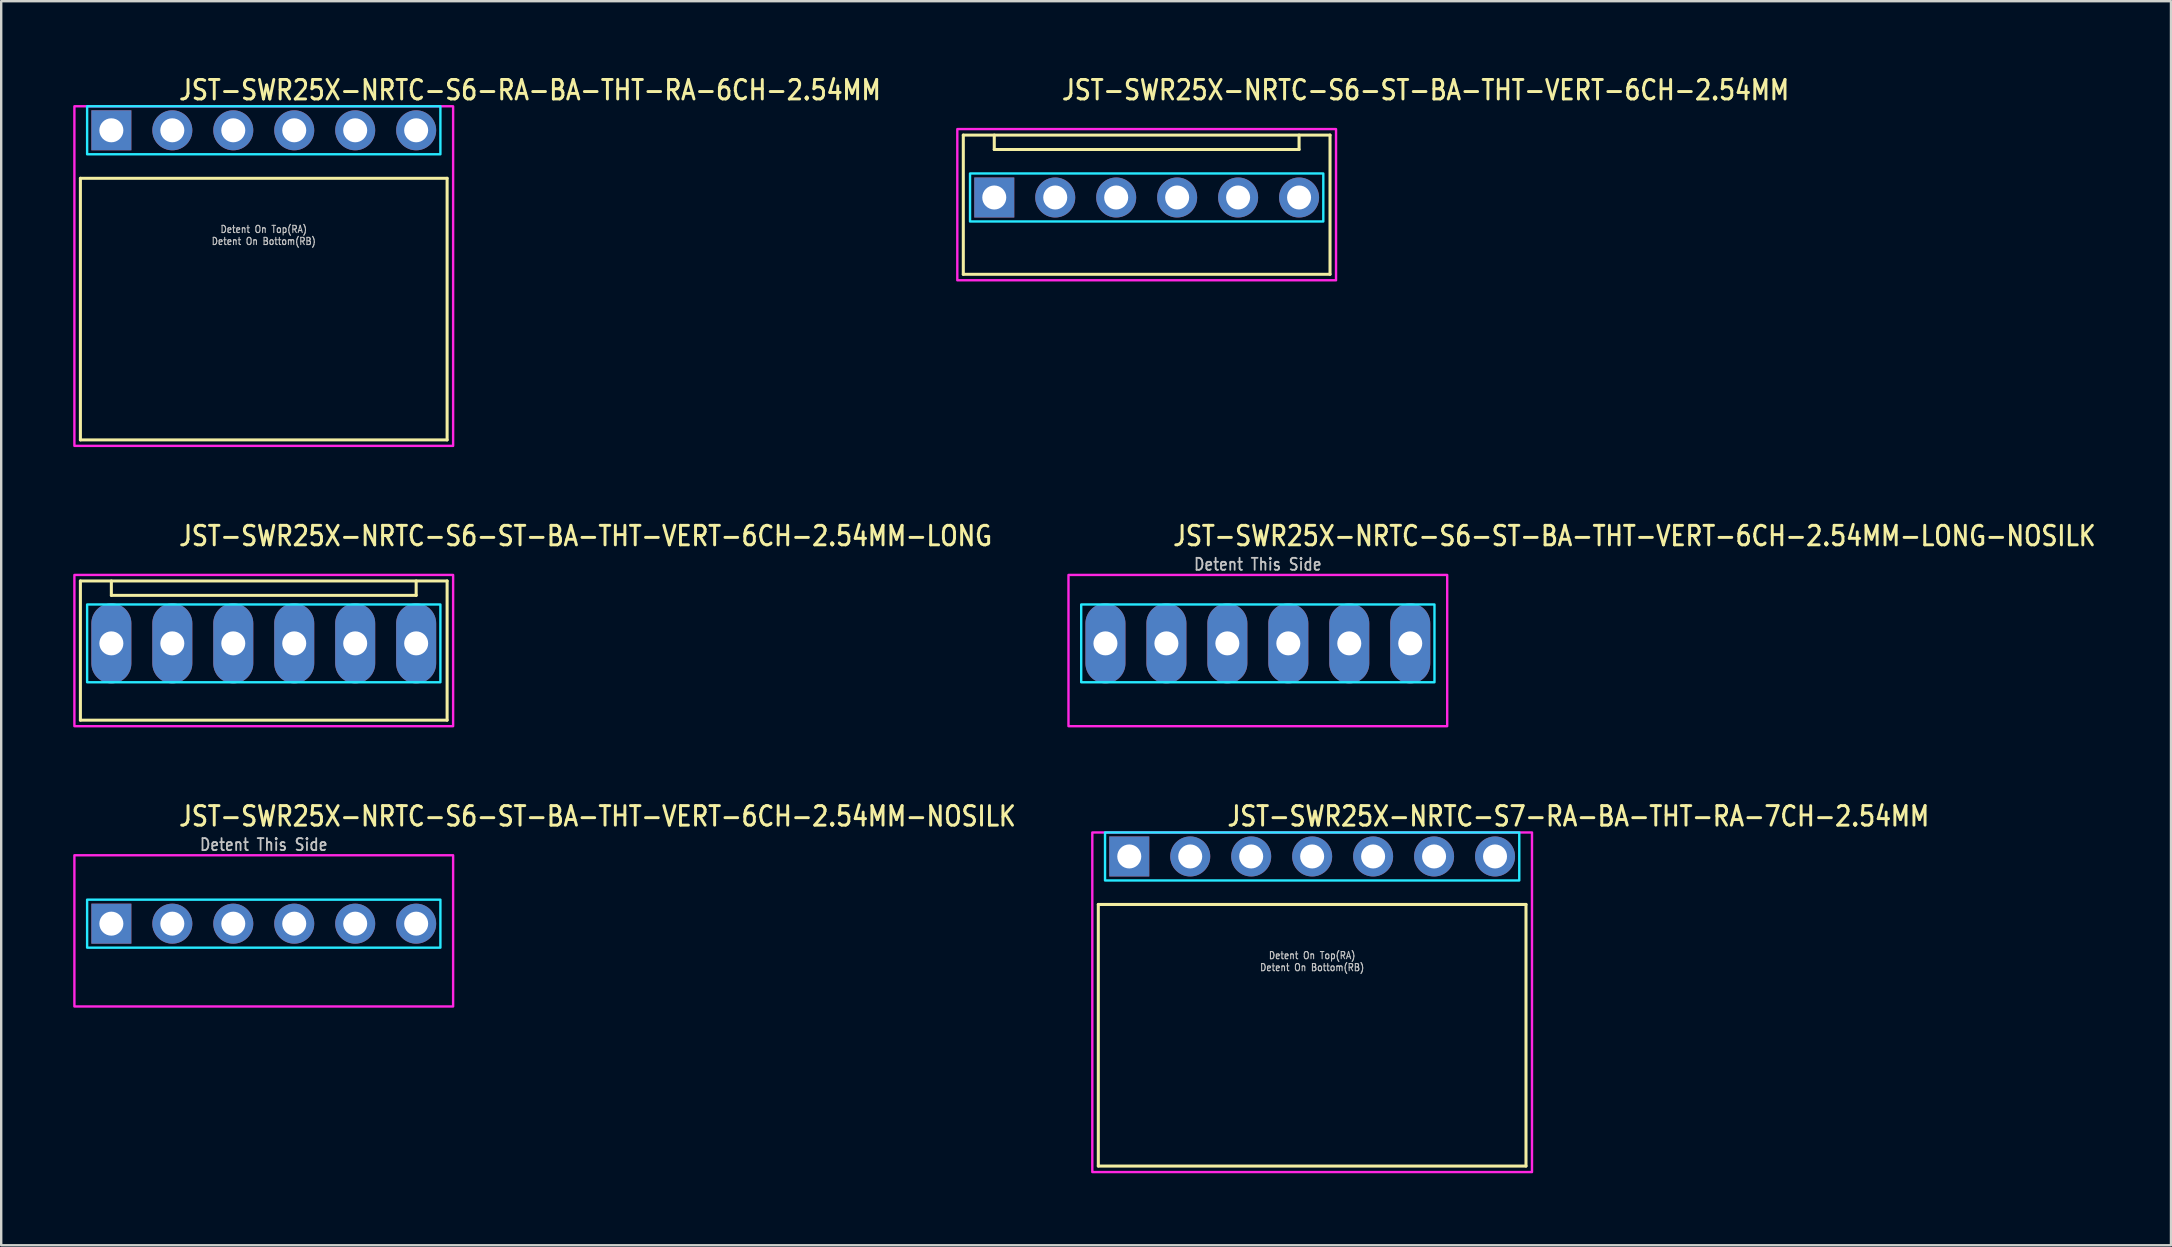
<source format=kicad_pcb>
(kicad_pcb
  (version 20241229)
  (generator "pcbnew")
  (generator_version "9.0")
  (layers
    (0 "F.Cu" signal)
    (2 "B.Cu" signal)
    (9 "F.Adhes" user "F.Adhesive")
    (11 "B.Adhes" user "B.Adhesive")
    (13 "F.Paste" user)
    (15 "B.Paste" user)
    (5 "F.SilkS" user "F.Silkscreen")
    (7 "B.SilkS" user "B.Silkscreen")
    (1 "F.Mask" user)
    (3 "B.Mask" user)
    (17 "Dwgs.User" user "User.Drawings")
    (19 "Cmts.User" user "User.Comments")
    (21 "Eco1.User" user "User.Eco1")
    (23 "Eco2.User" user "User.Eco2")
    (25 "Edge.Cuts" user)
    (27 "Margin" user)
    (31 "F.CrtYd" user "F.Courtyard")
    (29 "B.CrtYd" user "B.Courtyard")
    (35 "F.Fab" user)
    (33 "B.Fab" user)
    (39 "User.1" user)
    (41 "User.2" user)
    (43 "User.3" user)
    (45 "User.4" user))
  (footprint "JST-SWR25X-NRTC-S6-ST-BA-THT-VERT-6CH-2.54MM"
    (layer "F.Cu")
    (at 44.728 5.179)
    (property "Reference" "JST-SWR25X-NRTC-S6-ST-BA-THT-VERT-6CH-2.54MM" (at -3.6 -4 0) (unlocked yes) (layer "F.SilkS") (effects (font (size 0.813 0.695) (thickness 0.122)) (justify left bottom)))
    (fp_line (start -7.64 -2.6) (end 7.64 -2.6) (stroke (width 0.127) (type solid)) (layer "F.SilkS"))
    (fp_line (start -7.64 3.2) (end -7.64 -2.6) (stroke (width 0.127) (type solid)) (layer "F.SilkS"))
    (fp_line (start -7.64 3.2) (end 7.64 3.2) (stroke (width 0.127) (type solid)) (layer "F.SilkS"))
    (fp_line (start -6.35 -2.6) (end -6.35 -2) (stroke (width 0.127) (type solid)) (layer "F.SilkS"))
    (fp_line (start -6.35 -2) (end 6.35 -2) (stroke (width 0.127) (type solid)) (layer "F.SilkS"))
    (fp_line (start 6.35 -2.6) (end 6.35 -2) (stroke (width 0.127) (type solid)) (layer "F.SilkS"))
    (fp_line (start 7.64 -2.6) (end 7.64 3.2) (stroke (width 0.127) (type solid)) (layer "F.SilkS"))
    (fp_poly (pts (xy -7.36 -1) (xy -7.36 1) (xy 7.36 1) (xy 7.36 -1)) (stroke (width 0.1) (type solid)) (fill no) (layer "B.CrtYd"))
    (fp_poly (pts (xy -7.89 -2.85) (xy -7.89 3.45) (xy 7.89 3.45) (xy 7.89 -2.85)) (stroke (width 0.1) (type solid)) (fill no) (layer "F.CrtYd"))
    (pad "1" thru_hole rect (at -6.35 0) (size 1.667 1.667) (drill 1) (layers "*.Cu" "*.Mask"))
    (pad "2" thru_hole oval (at -3.81 0) (size 1.667 1.667) (drill 1) (layers "*.Cu" "*.Mask"))
    (pad "3" thru_hole oval (at -1.27 0) (size 1.667 1.667) (drill 1) (layers "*.Cu" "*.Mask"))
    (pad "4" thru_hole oval (at 1.27 0) (size 1.667 1.667) (drill 1) (layers "*.Cu" "*.Mask"))
    (pad "5" thru_hole oval (at 3.81 0) (size 1.667 1.667) (drill 1) (layers "*.Cu" "*.Mask"))
    (pad "6" thru_hole oval (at 6.35 0) (size 1.667 1.667) (drill 1) (layers "*.Cu" "*.Mask")))
  (footprint "JST-SWR25X-NRTC-S6-ST-BA-THT-VERT-6CH-2.54MM-NOSILK"
    (layer "F.Cu")
    (at 7.94 35.436)
    (property "Reference" "JST-SWR25X-NRTC-S6-ST-BA-THT-VERT-6CH-2.54MM-NOSILK" (at -3.6 -4 0) (unlocked yes) (layer "F.SilkS") (effects (font (size 0.813 0.695) (thickness 0.122)) (justify left bottom)))
    (fp_poly (pts (xy -7.36 -1) (xy -7.36 1) (xy 7.36 1) (xy 7.36 -1)) (stroke (width 0.1) (type solid)) (fill no) (layer "B.CrtYd"))
    (fp_poly (pts (xy -7.89 -2.85) (xy -7.89 3.45) (xy 7.89 3.45) (xy 7.89 -2.85)) (stroke (width 0.1) (type solid)) (fill no) (layer "F.CrtYd"))
    (fp_text user "Detent This Side" (at 0 -3 0) (unlocked yes) (layer "Dwgs.User") (effects (font (size 0.5 0.427) (thickness 0.075)) (justify bottom)))
    (pad "1" thru_hole rect (at -6.35 0) (size 1.667 1.667) (drill 1) (layers "*.Cu" "*.Mask"))
    (pad "2" thru_hole oval (at -3.81 0) (size 1.667 1.667) (drill 1) (layers "*.Cu" "*.Mask"))
    (pad "3" thru_hole oval (at -1.27 0) (size 1.667 1.667) (drill 1) (layers "*.Cu" "*.Mask"))
    (pad "4" thru_hole oval (at 1.27 0) (size 1.667 1.667) (drill 1) (layers "*.Cu" "*.Mask"))
    (pad "5" thru_hole oval (at 3.81 0) (size 1.667 1.667) (drill 1) (layers "*.Cu" "*.Mask"))
    (pad "6" thru_hole oval (at 6.35 0) (size 1.667 1.667) (drill 1) (layers "*.Cu" "*.Mask")))
  (footprint "JST-SWR25X-NRTC-S6-ST-BA-THT-VERT-6CH-2.54MM-LONG-NOSILK"
    (layer "F.Cu")
    (at 49.36 23.757)
    (property "Reference" "JST-SWR25X-NRTC-S6-ST-BA-THT-VERT-6CH-2.54MM-LONG-NOSILK" (at -3.6 -4 0) (unlocked yes) (layer "F.SilkS") (effects (font (size 0.813 0.695) (thickness 0.122)) (justify left bottom)))
    (fp_poly (pts (xy -7.36 -1.62) (xy -7.36 1.62) (xy 7.36 1.62) (xy 7.36 -1.62)) (stroke (width 0.1) (type solid)) (fill no) (layer "B.CrtYd"))
    (fp_poly (pts (xy -7.89 -2.85) (xy -7.89 3.45) (xy 7.89 3.45) (xy 7.89 -2.85)) (stroke (width 0.1) (type solid)) (fill no) (layer "F.CrtYd"))
    (fp_text user "Detent This Side" (at 0 -3 0) (unlocked yes) (layer "Dwgs.User") (effects (font (size 0.5 0.427) (thickness 0.075)) (justify bottom)))
    (pad "1" thru_hole oval (at -6.35 0 90) (size 3.333 1.667) (drill 1) (layers "*.Cu" "*.Mask"))
    (pad "2" thru_hole oval (at -3.81 0 90) (size 3.333 1.667) (drill 1) (layers "*.Cu" "*.Mask"))
    (pad "3" thru_hole oval (at -1.27 0 90) (size 3.333 1.667) (drill 1) (layers "*.Cu" "*.Mask"))
    (pad "4" thru_hole oval (at 1.27 0 90) (size 3.333 1.667) (drill 1) (layers "*.Cu" "*.Mask"))
    (pad "5" thru_hole oval (at 3.81 0 90) (size 3.333 1.667) (drill 1) (layers "*.Cu" "*.Mask"))
    (pad "6" thru_hole oval (at 6.35 0 90) (size 3.333 1.667) (drill 1) (layers "*.Cu" "*.Mask")))
  (footprint "JST-SWR25X-NRTC-S6-RA-BA-THT-RA-6CH-2.54MM"
    (layer "F.Cu")
    (at 7.94 2.379)
    (property "Reference" "JST-SWR25X-NRTC-S6-RA-BA-THT-RA-6CH-2.54MM" (at -3.6 -1.2 0) (unlocked yes) (layer "F.SilkS") (effects (font (size 0.813 0.695) (thickness 0.122)) (justify left bottom)))
    (fp_line (start -7.64 2) (end 7.64 2) (stroke (width 0.127) (type solid)) (layer "F.SilkS"))
    (fp_line (start -7.64 12.9) (end -7.64 2) (stroke (width 0.127) (type solid)) (layer "F.SilkS"))
    (fp_line (start -7.64 12.9) (end 7.64 12.9) (stroke (width 0.127) (type solid)) (layer "F.SilkS"))
    (fp_line (start 7.64 2) (end 7.64 12.9) (stroke (width 0.127) (type solid)) (layer "F.SilkS"))
    (fp_poly (pts (xy -7.36 -1) (xy -7.36 1) (xy 7.36 1) (xy 7.36 -1)) (stroke (width 0.1) (type solid)) (fill no) (layer "B.CrtYd"))
    (fp_poly (pts (xy -7.89 -1) (xy -7.89 13.15) (xy 7.89 13.15) (xy 7.89 -1)) (stroke (width 0.1) (type solid)) (fill no) (layer "F.CrtYd"))
    (fp_text user "Detent On Bottom(RB)" (at 0 4.8 0) (unlocked yes) (layer "Dwgs.User") (effects (font (size 0.3 0.257) (thickness 0.045)) (justify bottom)))
    (fp_text user "Detent On Top(RA)" (at 0 4.3 0) (unlocked yes) (layer "Dwgs.User") (effects (font (size 0.3 0.257) (thickness 0.045)) (justify bottom)))
    (pad "1" thru_hole rect (at -6.35 0) (size 1.667 1.667) (drill 1) (layers "*.Cu" "*.Mask"))
    (pad "2" thru_hole oval (at -3.81 0) (size 1.667 1.667) (drill 1) (layers "*.Cu" "*.Mask"))
    (pad "3" thru_hole oval (at -1.27 0) (size 1.667 1.667) (drill 1) (layers "*.Cu" "*.Mask"))
    (pad "4" thru_hole oval (at 1.27 0) (size 1.667 1.667) (drill 1) (layers "*.Cu" "*.Mask"))
    (pad "5" thru_hole oval (at 3.81 0) (size 1.667 1.667) (drill 1) (layers "*.Cu" "*.Mask"))
    (pad "6" thru_hole oval (at 6.35 0) (size 1.667 1.667) (drill 1) (layers "*.Cu" "*.Mask")))
  (footprint "JST-SWR25X-NRTC-S6-ST-BA-THT-VERT-6CH-2.54MM-LONG"
    (layer "F.Cu")
    (at 7.94 23.757)
    (property "Reference" "JST-SWR25X-NRTC-S6-ST-BA-THT-VERT-6CH-2.54MM-LONG" (at -3.6 -4 0) (unlocked yes) (layer "F.SilkS") (effects (font (size 0.813 0.695) (thickness 0.122)) (justify left bottom)))
    (fp_line (start -7.64 -2.6) (end 7.64 -2.6) (stroke (width 0.127) (type solid)) (layer "F.SilkS"))
    (fp_line (start -7.64 3.2) (end -7.64 -2.6) (stroke (width 0.127) (type solid)) (layer "F.SilkS"))
    (fp_line (start -7.64 3.2) (end 7.64 3.2) (stroke (width 0.127) (type solid)) (layer "F.SilkS"))
    (fp_line (start -6.35 -2.6) (end -6.35 -2) (stroke (width 0.127) (type solid)) (layer "F.SilkS"))
    (fp_line (start -6.35 -2) (end 6.35 -2) (stroke (width 0.127) (type solid)) (layer "F.SilkS"))
    (fp_line (start 6.35 -2.6) (end 6.35 -2) (stroke (width 0.127) (type solid)) (layer "F.SilkS"))
    (fp_line (start 7.64 -2.6) (end 7.64 3.2) (stroke (width 0.127) (type solid)) (layer "F.SilkS"))
    (fp_poly (pts (xy -7.36 -1.62) (xy -7.36 1.62) (xy 7.36 1.62) (xy 7.36 -1.62)) (stroke (width 0.1) (type solid)) (fill no) (layer "B.CrtYd"))
    (fp_poly (pts (xy -7.89 -2.85) (xy -7.89 3.45) (xy 7.89 3.45) (xy 7.89 -2.85)) (stroke (width 0.1) (type solid)) (fill no) (layer "F.CrtYd"))
    (pad "1" thru_hole oval (at -6.35 0 90) (size 3.333 1.667) (drill 1) (layers "*.Cu" "*.Mask"))
    (pad "2" thru_hole oval (at -3.81 0 90) (size 3.333 1.667) (drill 1) (layers "*.Cu" "*.Mask"))
    (pad "3" thru_hole oval (at -1.27 0 90) (size 3.333 1.667) (drill 1) (layers "*.Cu" "*.Mask"))
    (pad "4" thru_hole oval (at 1.27 0 90) (size 3.333 1.667) (drill 1) (layers "*.Cu" "*.Mask"))
    (pad "5" thru_hole oval (at 3.81 0 90) (size 3.333 1.667) (drill 1) (layers "*.Cu" "*.Mask"))
    (pad "6" thru_hole oval (at 6.35 0 90) (size 3.333 1.667) (drill 1) (layers "*.Cu" "*.Mask")))
  (footprint "JST-SWR25X-NRTC-S7-RA-BA-THT-RA-7CH-2.54MM"
    (layer "F.Cu")
    (at 51.623 32.636)
    (property "Reference" "JST-SWR25X-NRTC-S7-RA-BA-THT-RA-7CH-2.54MM" (at -3.6 -1.2 0) (unlocked yes) (layer "F.SilkS") (effects (font (size 0.813 0.695) (thickness 0.122)) (justify left bottom)))
    (fp_line (start -8.91 2) (end 8.91 2) (stroke (width 0.127) (type solid)) (layer "F.SilkS"))
    (fp_line (start -8.91 12.9) (end -8.91 2) (stroke (width 0.127) (type solid)) (layer "F.SilkS"))
    (fp_line (start -8.91 12.9) (end 8.91 12.9) (stroke (width 0.127) (type solid)) (layer "F.SilkS"))
    (fp_line (start 8.91 2) (end 8.91 12.9) (stroke (width 0.127) (type solid)) (layer "F.SilkS"))
    (fp_poly (pts (xy -8.63 -1) (xy -8.63 1) (xy 8.63 1) (xy 8.63 -1)) (stroke (width 0.1) (type solid)) (fill no) (layer "B.CrtYd"))
    (fp_poly (pts (xy -9.16 -1) (xy -9.16 13.15) (xy 9.16 13.15) (xy 9.16 -1)) (stroke (width 0.1) (type solid)) (fill no) (layer "F.CrtYd"))
    (fp_text user "Detent On Bottom(RB)" (at 0 4.8 0) (unlocked yes) (layer "Dwgs.User") (effects (font (size 0.3 0.257) (thickness 0.045)) (justify bottom)))
    (fp_text user "Detent On Top(RA)" (at 0 4.3 0) (unlocked yes) (layer "Dwgs.User") (effects (font (size 0.3 0.257) (thickness 0.045)) (justify bottom)))
    (pad "P$1" thru_hole rect (at -7.62 0) (size 1.667 1.667) (drill 1) (layers "*.Cu" "*.Mask"))
    (pad "P$2" thru_hole oval (at -5.08 0) (size 1.667 1.667) (drill 1) (layers "*.Cu" "*.Mask"))
    (pad "P$3" thru_hole oval (at -2.54 0) (size 1.667 1.667) (drill 1) (layers "*.Cu" "*.Mask"))
    (pad "P$4" thru_hole oval (at 0 0) (size 1.667 1.667) (drill 1) (layers "*.Cu" "*.Mask"))
    (pad "P$5" thru_hole oval (at 2.54 0) (size 1.667 1.667) (drill 1) (layers "*.Cu" "*.Mask"))
    (pad "P$6" thru_hole oval (at 5.08 0) (size 1.667 1.667) (drill 1) (layers "*.Cu" "*.Mask"))
    (pad "P$7" thru_hole oval (at 7.62 0) (size 1.667 1.667) (drill 1) (layers "*.Cu" "*.Mask")))
  (gr_rect
    (start -3 -3)
    (end 87.408 48.836)
    (stroke (width 0.1) (type default))
    (fill no)
    (layer "Edge.Cuts")))
</source>
